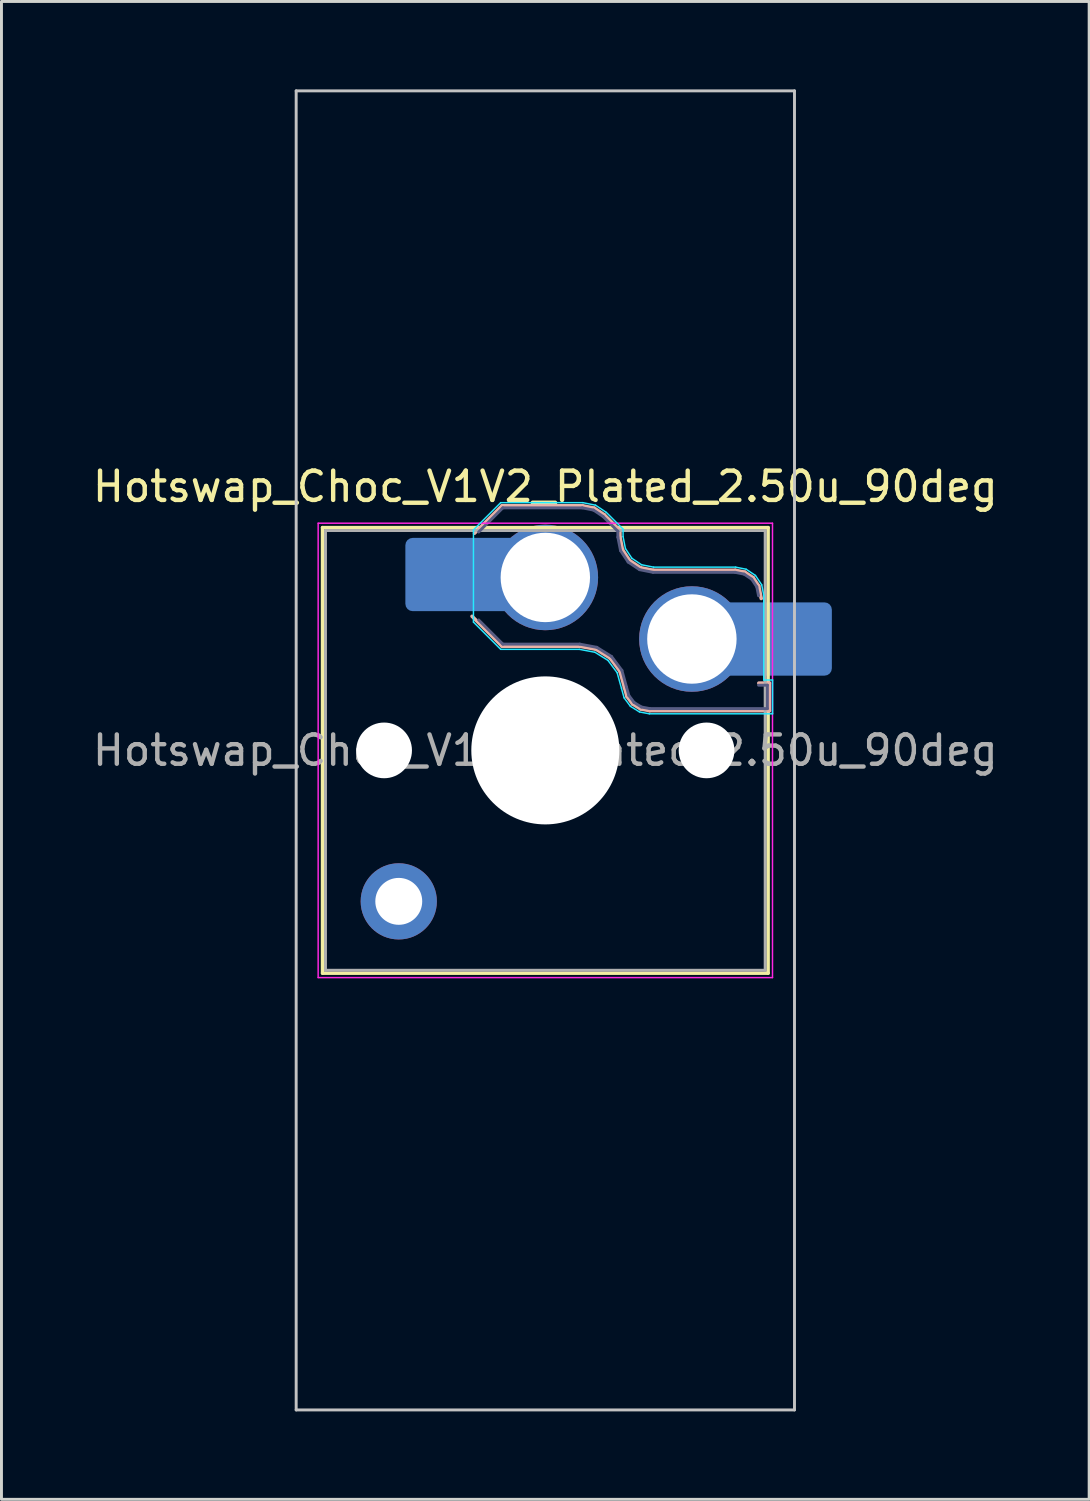
<source format=kicad_pcb>
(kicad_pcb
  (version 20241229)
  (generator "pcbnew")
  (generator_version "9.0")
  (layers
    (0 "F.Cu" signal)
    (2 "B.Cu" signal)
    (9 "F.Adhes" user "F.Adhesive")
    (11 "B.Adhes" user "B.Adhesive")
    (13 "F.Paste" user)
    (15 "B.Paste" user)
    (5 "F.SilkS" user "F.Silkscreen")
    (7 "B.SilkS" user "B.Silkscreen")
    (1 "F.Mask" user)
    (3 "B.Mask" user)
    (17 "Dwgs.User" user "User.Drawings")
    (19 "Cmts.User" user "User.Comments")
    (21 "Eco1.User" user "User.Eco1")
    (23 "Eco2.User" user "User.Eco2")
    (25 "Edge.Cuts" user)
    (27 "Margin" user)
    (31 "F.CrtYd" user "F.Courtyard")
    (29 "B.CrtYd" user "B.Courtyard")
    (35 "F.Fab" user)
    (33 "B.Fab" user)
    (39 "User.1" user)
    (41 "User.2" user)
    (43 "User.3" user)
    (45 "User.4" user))
  (footprint "Hotswap_Choc_V1V2_Plated_2.50u_90deg"
    (layer "F.Cu")
    (at 15.554 22.55)
    (property "Reference" "Hotswap_Choc_V1V2_Plated_2.50u_90deg" (at 0 -9 0) (layer "F.SilkS") (effects (font (size 1 1) (thickness 0.15))))
    (attr smd)
    (fp_line (start -7.6 -7.6) (end -7.6 7.6) (stroke (width 0.12) (type solid)) (layer "F.SilkS"))
    (fp_line (start -7.6 7.6) (end 7.6 7.6) (stroke (width 0.12) (type solid)) (layer "F.SilkS"))
    (fp_line (start 7.6 -7.6) (end -7.6 -7.6) (stroke (width 0.12) (type solid)) (layer "F.SilkS"))
    (fp_line (start 7.6 7.6) (end 7.6 -7.6) (stroke (width 0.12) (type solid)) (layer "F.SilkS"))
    (fp_line (start -2.416 -7.409) (end -1.479 -8.346) (stroke (width 0.12) (type solid)) (layer "B.SilkS"))
    (fp_line (start -1.479 -8.346) (end 1.268 -8.346) (stroke (width 0.12) (type solid)) (layer "B.SilkS"))
    (fp_line (start -1.479 -3.554) (end -2.5 -4.575) (stroke (width 0.12) (type solid)) (layer "B.SilkS"))
    (fp_line (start 1.168 -3.554) (end -1.479 -3.554) (stroke (width 0.12) (type solid)) (layer "B.SilkS"))
    (fp_line (start 1.268 -8.346) (end 1.671 -8.266) (stroke (width 0.12) (type solid)) (layer "B.SilkS"))
    (fp_line (start 1.671 -8.266) (end 2.013 -8.037) (stroke (width 0.12) (type solid)) (layer "B.SilkS"))
    (fp_line (start 1.73 -3.449) (end 1.168 -3.554) (stroke (width 0.12) (type solid)) (layer "B.SilkS"))
    (fp_line (start 2.013 -8.037) (end 2.546 -7.504) (stroke (width 0.12) (type solid)) (layer "B.SilkS"))
    (fp_line (start 2.209 -3.15) (end 1.73 -3.449) (stroke (width 0.12) (type solid)) (layer "B.SilkS"))
    (fp_line (start 2.546 -7.504) (end 2.546 -7.282) (stroke (width 0.12) (type solid)) (layer "B.SilkS"))
    (fp_line (start 2.546 -7.282) (end 2.633 -6.844) (stroke (width 0.12) (type solid)) (layer "B.SilkS"))
    (fp_line (start 2.547 -2.697) (end 2.209 -3.15) (stroke (width 0.12) (type solid)) (layer "B.SilkS"))
    (fp_line (start 2.633 -6.844) (end 2.877 -6.477) (stroke (width 0.12) (type solid)) (layer "B.SilkS"))
    (fp_line (start 2.701 -2.139) (end 2.547 -2.697) (stroke (width 0.12) (type solid)) (layer "B.SilkS"))
    (fp_line (start 2.783 -1.841) (end 2.701 -2.139) (stroke (width 0.12) (type solid)) (layer "B.SilkS"))
    (fp_line (start 2.877 -6.477) (end 3.244 -6.233) (stroke (width 0.12) (type solid)) (layer "B.SilkS"))
    (fp_line (start 2.976 -1.583) (end 2.783 -1.841) (stroke (width 0.12) (type solid)) (layer "B.SilkS"))
    (fp_line (start 3.244 -6.233) (end 3.682 -6.146) (stroke (width 0.12) (type solid)) (layer "B.SilkS"))
    (fp_line (start 3.25 -1.413) (end 2.976 -1.583) (stroke (width 0.12) (type solid)) (layer "B.SilkS"))
    (fp_line (start 3.56 -1.354) (end 3.25 -1.413) (stroke (width 0.12) (type solid)) (layer "B.SilkS"))
    (fp_line (start 3.682 -6.146) (end 6.482 -6.146) (stroke (width 0.12) (type solid)) (layer "B.SilkS"))
    (fp_line (start 6.482 -6.146) (end 6.809 -6.081) (stroke (width 0.12) (type solid)) (layer "B.SilkS"))
    (fp_line (start 6.809 -6.081) (end 7.092 -5.892) (stroke (width 0.12) (type solid)) (layer "B.SilkS"))
    (fp_line (start 7.092 -5.892) (end 7.281 -5.609) (stroke (width 0.12) (type solid)) (layer "B.SilkS"))
    (fp_line (start 7.281 -5.609) (end 7.366 -5.182) (stroke (width 0.12) (type solid)) (layer "B.SilkS"))
    (fp_line (start 7.283 -2.296) (end 7.646 -2.296) (stroke (width 0.12) (type solid)) (layer "B.SilkS"))
    (fp_line (start 7.646 -2.296) (end 7.646 -1.354) (stroke (width 0.12) (type solid)) (layer "B.SilkS"))
    (fp_line (start 7.646 -1.354) (end 3.56 -1.354) (stroke (width 0.12) (type solid)) (layer "B.SilkS"))
    (fp_line (start -8.5 -22.5) (end 8.5 -22.5) (stroke (width 0.1) (type solid)) (layer "Dwgs.User"))
    (fp_line (start -8.5 22.5) (end -8.5 -22.5) (stroke (width 0.1) (type solid)) (layer "Dwgs.User"))
    (fp_line (start 8.5 -22.5) (end 8.5 22.5) (stroke (width 0.1) (type solid)) (layer "Dwgs.User"))
    (fp_line (start 8.5 22.5) (end -8.5 22.5) (stroke (width 0.1) (type solid)) (layer "Dwgs.User"))
    (fp_line (start -7.25 -7.25) (end -7.25 7.25) (stroke (width 0.1) (type solid)) (layer "Eco1.User"))
    (fp_line (start -7.25 7.25) (end 7.25 7.25) (stroke (width 0.1) (type solid)) (layer "Eco1.User"))
    (fp_line (start 7.25 -7.25) (end -7.25 -7.25) (stroke (width 0.1) (type solid)) (layer "Eco1.User"))
    (fp_line (start 7.25 7.25) (end 7.25 -7.25) (stroke (width 0.1) (type solid)) (layer "Eco1.User"))
    (fp_line (start -2.452 -7.523) (end -1.523 -8.452) (stroke (width 0.05) (type solid)) (layer "B.CrtYd"))
    (fp_line (start -2.452 -4.377) (end -2.452 -7.523) (stroke (width 0.05) (type solid)) (layer "B.CrtYd"))
    (fp_line (start -1.523 -8.452) (end 1.278 -8.452) (stroke (width 0.05) (type solid)) (layer "B.CrtYd"))
    (fp_line (start -1.523 -3.448) (end -2.452 -4.377) (stroke (width 0.05) (type solid)) (layer "B.CrtYd"))
    (fp_line (start 1.159 -3.448) (end -1.523 -3.448) (stroke (width 0.05) (type solid)) (layer "B.CrtYd"))
    (fp_line (start 1.278 -8.452) (end 1.712 -8.366) (stroke (width 0.05) (type solid)) (layer "B.CrtYd"))
    (fp_line (start 1.691 -3.348) (end 1.159 -3.448) (stroke (width 0.05) (type solid)) (layer "B.CrtYd"))
    (fp_line (start 1.712 -8.366) (end 2.081 -8.119) (stroke (width 0.05) (type solid)) (layer "B.CrtYd"))
    (fp_line (start 2.081 -8.119) (end 2.652 -7.548) (stroke (width 0.05) (type solid)) (layer "B.CrtYd"))
    (fp_line (start 2.136 -3.071) (end 1.691 -3.348) (stroke (width 0.05) (type solid)) (layer "B.CrtYd"))
    (fp_line (start 2.45 -2.65) (end 2.136 -3.071) (stroke (width 0.05) (type solid)) (layer "B.CrtYd"))
    (fp_line (start 2.599 -2.111) (end 2.45 -2.65) (stroke (width 0.05) (type solid)) (layer "B.CrtYd"))
    (fp_line (start 2.652 -7.548) (end 2.652 -7.292) (stroke (width 0.05) (type solid)) (layer "B.CrtYd"))
    (fp_line (start 2.652 -7.292) (end 2.733 -6.885) (stroke (width 0.05) (type solid)) (layer "B.CrtYd"))
    (fp_line (start 2.687 -1.794) (end 2.599 -2.111) (stroke (width 0.05) (type solid)) (layer "B.CrtYd"))
    (fp_line (start 2.733 -6.885) (end 2.953 -6.553) (stroke (width 0.05) (type solid)) (layer "B.CrtYd"))
    (fp_line (start 2.903 -1.503) (end 2.687 -1.794) (stroke (width 0.05) (type solid)) (layer "B.CrtYd"))
    (fp_line (start 2.953 -6.553) (end 3.285 -6.333) (stroke (width 0.05) (type solid)) (layer "B.CrtYd"))
    (fp_line (start 3.211 -1.312) (end 2.903 -1.503) (stroke (width 0.05) (type solid)) (layer "B.CrtYd"))
    (fp_line (start 3.285 -6.333) (end 3.692 -6.252) (stroke (width 0.05) (type solid)) (layer "B.CrtYd"))
    (fp_line (start 3.55 -1.248) (end 3.211 -1.312) (stroke (width 0.05) (type solid)) (layer "B.CrtYd"))
    (fp_line (start 3.692 -6.252) (end 6.492 -6.252) (stroke (width 0.05) (type solid)) (layer "B.CrtYd"))
    (fp_line (start 6.492 -6.252) (end 6.85 -6.181) (stroke (width 0.05) (type solid)) (layer "B.CrtYd"))
    (fp_line (start 6.85 -6.181) (end 7.168 -5.968) (stroke (width 0.05) (type solid)) (layer "B.CrtYd"))
    (fp_line (start 7.168 -5.968) (end 7.381 -5.65) (stroke (width 0.05) (type solid)) (layer "B.CrtYd"))
    (fp_line (start 7.381 -5.65) (end 7.452 -5.292) (stroke (width 0.05) (type solid)) (layer "B.CrtYd"))
    (fp_line (start 7.452 -5.292) (end 7.452 -2.402) (stroke (width 0.05) (type solid)) (layer "B.CrtYd"))
    (fp_line (start 7.452 -2.402) (end 7.752 -2.402) (stroke (width 0.05) (type solid)) (layer "B.CrtYd"))
    (fp_line (start 7.752 -2.402) (end 7.752 -1.248) (stroke (width 0.05) (type solid)) (layer "B.CrtYd"))
    (fp_line (start 7.752 -1.248) (end 3.55 -1.248) (stroke (width 0.05) (type solid)) (layer "B.CrtYd"))
    (fp_line (start -7.75 -7.75) (end -7.75 7.75) (stroke (width 0.05) (type solid)) (layer "F.CrtYd"))
    (fp_line (start -7.75 7.75) (end 7.75 7.75) (stroke (width 0.05) (type solid)) (layer "F.CrtYd"))
    (fp_line (start 7.75 -7.75) (end -7.75 -7.75) (stroke (width 0.05) (type solid)) (layer "F.CrtYd"))
    (fp_line (start 7.75 7.75) (end 7.75 -7.75) (stroke (width 0.05) (type solid)) (layer "F.CrtYd"))
    (fp_line (start -2.275 -7.45) (end -1.45 -8.275) (stroke (width 0.1) (type solid)) (layer "B.Fab"))
    (fp_line (start -1.45 -8.275) (end 1.261 -8.275) (stroke (width 0.1) (type solid)) (layer "B.Fab"))
    (fp_line (start -1.45 -3.625) (end -2.275 -4.45) (stroke (width 0.1) (type solid)) (layer "B.Fab"))
    (fp_line (start 1.175 -3.625) (end -1.45 -3.625) (stroke (width 0.1) (type solid)) (layer "B.Fab"))
    (fp_line (start 1.261 -8.275) (end 1.643 -8.199) (stroke (width 0.1) (type solid)) (layer "B.Fab"))
    (fp_line (start 1.643 -8.199) (end 1.968 -7.982) (stroke (width 0.1) (type solid)) (layer "B.Fab"))
    (fp_line (start 1.756 -3.516) (end 1.175 -3.625) (stroke (width 0.1) (type solid)) (layer "B.Fab"))
    (fp_line (start 1.968 -7.982) (end 2.475 -7.475) (stroke (width 0.1) (type solid)) (layer "B.Fab"))
    (fp_line (start 2.258 -3.203) (end 1.756 -3.516) (stroke (width 0.1) (type solid)) (layer "B.Fab"))
    (fp_line (start 2.475 -7.475) (end 2.475 -7.275) (stroke (width 0.1) (type solid)) (layer "B.Fab"))
    (fp_line (start 2.475 -7.275) (end 2.566 -6.816) (stroke (width 0.1) (type solid)) (layer "B.Fab"))
    (fp_line (start 2.566 -6.816) (end 2.826 -6.426) (stroke (width 0.1) (type solid)) (layer "B.Fab"))
    (fp_line (start 2.612 -2.729) (end 2.258 -3.203) (stroke (width 0.1) (type solid)) (layer "B.Fab"))
    (fp_line (start 2.769 -2.158) (end 2.612 -2.729) (stroke (width 0.1) (type solid)) (layer "B.Fab"))
    (fp_line (start 2.826 -6.426) (end 3.216 -6.166) (stroke (width 0.1) (type solid)) (layer "B.Fab"))
    (fp_line (start 2.848 -1.873) (end 2.769 -2.158) (stroke (width 0.1) (type solid)) (layer "B.Fab"))
    (fp_line (start 3.025 -1.636) (end 2.848 -1.873) (stroke (width 0.1) (type solid)) (layer "B.Fab"))
    (fp_line (start 3.216 -6.166) (end 3.675 -6.075) (stroke (width 0.1) (type solid)) (layer "B.Fab"))
    (fp_line (start 3.276 -1.48) (end 3.025 -1.636) (stroke (width 0.1) (type solid)) (layer "B.Fab"))
    (fp_line (start 3.567 -1.425) (end 3.276 -1.48) (stroke (width 0.1) (type solid)) (layer "B.Fab"))
    (fp_line (start 3.675 -6.075) (end 6.475 -6.075) (stroke (width 0.1) (type solid)) (layer "B.Fab"))
    (fp_line (start 6.475 -6.075) (end 6.781 -6.014) (stroke (width 0.1) (type solid)) (layer "B.Fab"))
    (fp_line (start 6.781 -6.014) (end 7.041 -5.841) (stroke (width 0.1) (type solid)) (layer "B.Fab"))
    (fp_line (start 7.041 -5.841) (end 7.214 -5.581) (stroke (width 0.1) (type solid)) (layer "B.Fab"))
    (fp_line (start 7.214 -5.581) (end 7.275 -5.275) (stroke (width 0.1) (type solid)) (layer "B.Fab"))
    (fp_line (start 7.275 -2.225) (end 7.575 -2.225) (stroke (width 0.1) (type solid)) (layer "B.Fab"))
    (fp_line (start 7.575 -2.225) (end 7.575 -1.425) (stroke (width 0.1) (type solid)) (layer "B.Fab"))
    (fp_line (start 7.575 -1.425) (end 3.567 -1.425) (stroke (width 0.1) (type solid)) (layer "B.Fab"))
    (fp_line (start -7.5 -7.5) (end -7.5 7.5) (stroke (width 0.1) (type solid)) (layer "F.Fab"))
    (fp_line (start -7.5 7.5) (end 7.5 7.5) (stroke (width 0.1) (type solid)) (layer "F.Fab"))
    (fp_line (start 7.5 -7.5) (end -7.5 -7.5) (stroke (width 0.1) (type solid)) (layer "F.Fab"))
    (fp_line (start 7.5 7.5) (end 7.5 -7.5) (stroke (width 0.1) (type solid)) (layer "F.Fab"))
    (fp_text user "${REFERENCE}" (at 0 0 0) (layer "F.Fab") (effects (font (size 1 1) (thickness 0.15))))
    (pad "" np_thru_hole circle (at -5.5 0) (size 1.9 1.9) (drill 1.9) (layers "*.Cu" "*.Mask"))
    (pad "" thru_hole circle (at -5 5.15) (size 2.6 2.6) (drill 1.6) (layers "*.Cu" "*.Mask"))
    (pad "" smd roundrect (at -3.5 -6) (size 2.55 2.5) (layers "B.Mask" "B.Paste") (roundrect_rratio 0.1))
    (pad "" np_thru_hole circle (at 0 0) (size 5.05 5.05) (drill 5.05) (layers "*.Cu" "*.Mask"))
    (pad "" np_thru_hole circle (at 5.5 0) (size 1.9 1.9) (drill 1.9) (layers "*.Cu" "*.Mask"))
    (pad "" smd roundrect (at 8.5 -3.8) (size 2.55 2.5) (layers "B.Mask" "B.Paste") (roundrect_rratio 0.1))
    (pad "1" smd roundrect (at -2.85 -6) (size 3.85 2.5) (layers "B.Cu") (roundrect_rratio 0.1))
    (pad "1" thru_hole circle (at 0 -5.9) (size 3.6 3.6) (drill 3.05) (layers "*.Cu" "*.Mask"))
    (pad "2" thru_hole circle (at 5 -3.8) (size 3.6 3.6) (drill 3.05) (layers "*.Cu" "*.Mask"))
    (pad "2" smd roundrect (at 7.85 -3.8) (size 3.85 2.5) (layers "B.Cu") (roundrect_rratio 0.1)))
  (gr_rect
    (start -3 -3)
    (end 34.107 48.1)
    (stroke (width 0.1) (type default))
    (fill no)
    (layer "Edge.Cuts")))
</source>
